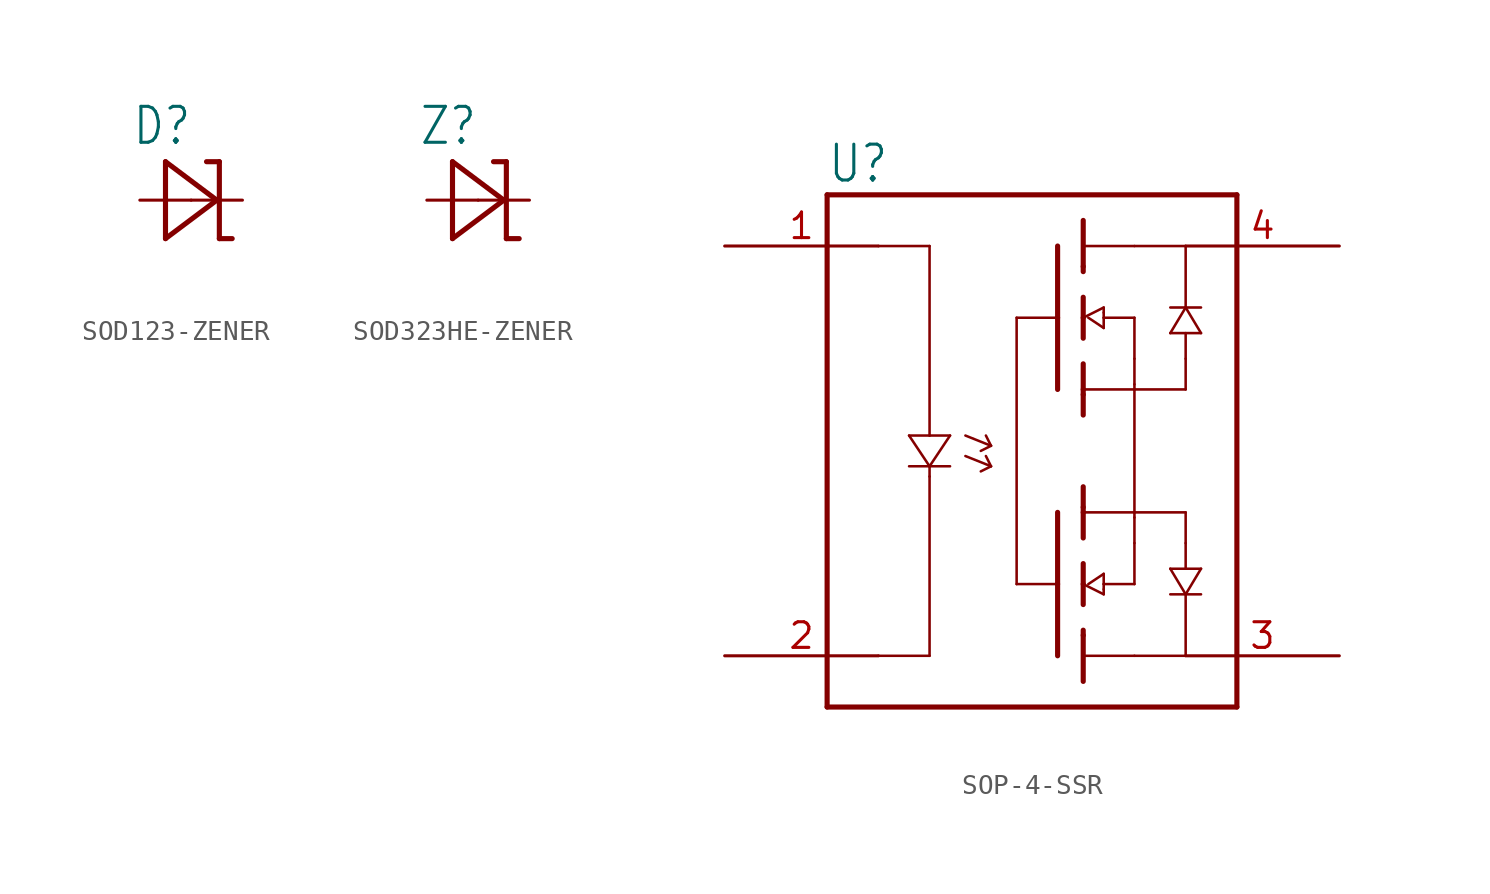
<source format=kicad_sym>
(kicad_symbol_lib
  (version 20231120)
  (generator "kicad_symbol_editor")
  (generator_version "8.0")
  (symbol "SOD123-ZENER"
    (property "Reference" "D"
      (at -2.946 2.642 0)
      (effects (font (size 1.778 1.511)) (justify left bottom)))
    (property "Value" ""
      (at -4.47 -4.496 0)
      (effects (font (size 1.778 1.511)) (justify left bottom)))
    (property "ki_locked" ""
      (at 0 0 0)
      (effects (font (size 1.27 1.27))))
    (symbol "SOD123-ZENER_1_0"
      (polyline (pts (xy -1.27 -1.905) (xy 1.27 0)) (stroke (width 0.254) (type solid)) (fill (type none)))
      (polyline (pts (xy -1.27 1.905) (xy -1.27 -1.905)) (stroke (width 0.254) (type solid)) (fill (type none)))
      (polyline (pts (xy 1.27 0) (xy -1.27 1.905)) (stroke (width 0.254) (type solid)) (fill (type none)))
      (polyline (pts (xy 1.397 -1.905) (xy 2.032 -1.905)) (stroke (width 0.254) (type solid)) (fill (type none)))
      (polyline (pts (xy 1.397 1.905) (xy 0.762 1.905)) (stroke (width 0.254) (type solid)) (fill (type none)))
      (polyline (pts (xy 1.397 1.905) (xy 1.397 -1.905)) (stroke (width 0.254) (type solid)) (fill (type none)))
      (pin passive line (at -2.54 0 0) (length 2.54) (name "A" (effects (font (size 0 0)))) (number "A" (effects (font (size 0 0)))))
      (pin passive line (at 2.54 0 180) (length 2.54) (name "C" (effects (font (size 0 0)))) (number "C" (effects (font (size 0 0)))))))
  (symbol "SOD323HE-ZENER"
    (property "Reference" "Z"
      (at -2.946 2.642 0)
      (effects (font (size 1.778 1.511)) (justify left bottom)))
    (property "Value" ""
      (at -4.47 -4.496 0)
      (effects (font (size 1.778 1.511)) (justify left bottom)))
    (property "ki_locked" ""
      (at 0 0 0)
      (effects (font (size 1.27 1.27))))
    (symbol "SOD323HE-ZENER_1_0"
      (polyline (pts (xy -1.27 -1.905) (xy 1.27 0)) (stroke (width 0.254) (type solid)) (fill (type none)))
      (polyline (pts (xy -1.27 1.905) (xy -1.27 -1.905)) (stroke (width 0.254) (type solid)) (fill (type none)))
      (polyline (pts (xy 1.27 0) (xy -1.27 1.905)) (stroke (width 0.254) (type solid)) (fill (type none)))
      (polyline (pts (xy 1.397 -1.905) (xy 2.032 -1.905)) (stroke (width 0.254) (type solid)) (fill (type none)))
      (polyline (pts (xy 1.397 1.905) (xy 0.762 1.905)) (stroke (width 0.254) (type solid)) (fill (type none)))
      (polyline (pts (xy 1.397 1.905) (xy 1.397 -1.905)) (stroke (width 0.254) (type solid)) (fill (type none)))
      (pin passive line (at 2.54 0 180) (length 2.54) (name "C" (effects (font (size 0 0)))) (number "1" (effects (font (size 0 0)))))
      (pin passive line (at -2.54 0 0) (length 2.54) (name "A" (effects (font (size 0 0)))) (number "2" (effects (font (size 0 0)))))))
  (symbol "SOP-4-SSR"
    (property "Reference" "U"
      (at -10.16 13.208 0)
      (effects (font (size 1.778 1.511)) (justify left bottom)))
    (property "Value" ""
      (at 1.016 13.208 0)
      (effects (font (size 1.778 1.511)) (justify left bottom)))
    (property "ki_locked" ""
      (at 0 0 0)
      (effects (font (size 1.27 1.27))))
    (symbol "SOP-4-SSR_1_0"
      (polyline (pts (xy -10.16 -12.7) (xy -10.16 10.16)) (stroke (width 0.254) (type solid)) (fill (type none)))
      (polyline (pts (xy -10.16 10.16) (xy -10.16 12.7)) (stroke (width 0.254) (type solid)) (fill (type none)))
      (polyline (pts (xy -10.16 12.7) (xy 10.16 12.7)) (stroke (width 0.254) (type solid)) (fill (type none)))
      (polyline (pts (xy -7.62 -10.16) (xy -5.08 -10.16)) (stroke (width 0.127) (type solid)) (fill (type none)))
      (polyline (pts (xy -7.62 10.16) (xy -5.08 10.16)) (stroke (width 0.127) (type solid)) (fill (type none)))
      (polyline (pts (xy -6.096 -0.762) (xy -5.08 -0.762)) (stroke (width 0.127) (type solid)) (fill (type none)))
      (polyline (pts (xy -6.096 0.762) (xy -5.08 0.762)) (stroke (width 0.127) (type solid)) (fill (type none)))
      (polyline (pts (xy -5.08 -10.16) (xy -5.08 -1.27)) (stroke (width 0.127) (type solid)) (fill (type none)))
      (polyline (pts (xy -5.08 -1.27) (xy -5.08 -0.762)) (stroke (width 0.127) (type solid)) (fill (type none)))
      (polyline (pts (xy -5.08 -0.762) (xy -6.096 0.762)) (stroke (width 0.127) (type solid)) (fill (type none)))
      (polyline (pts (xy -5.08 -0.762) (xy -4.064 -0.762)) (stroke (width 0.127) (type solid)) (fill (type none)))
      (polyline (pts (xy -5.08 0.762) (xy -4.064 0.762)) (stroke (width 0.127) (type solid)) (fill (type none)))
      (polyline (pts (xy -5.08 10.16) (xy -5.08 0.762)) (stroke (width 0.127) (type solid)) (fill (type none)))
      (polyline (pts (xy -4.064 0.762) (xy -5.08 -0.762)) (stroke (width 0.127) (type solid)) (fill (type none)))
      (polyline (pts (xy -2.032 -0.762) (xy -3.302 -0.254)) (stroke (width 0.127) (type solid)) (fill (type none)))
      (polyline (pts (xy -2.032 -0.762) (xy -2.54 -1.016)) (stroke (width 0.127) (type solid)) (fill (type none)))
      (polyline (pts (xy -2.032 -0.762) (xy -2.286 -0.254)) (stroke (width 0.127) (type solid)) (fill (type none)))
      (polyline (pts (xy -2.032 0.254) (xy -3.302 0.762)) (stroke (width 0.127) (type solid)) (fill (type none)))
      (polyline (pts (xy -2.032 0.254) (xy -2.54 0)) (stroke (width 0.127) (type solid)) (fill (type none)))
      (polyline (pts (xy -2.032 0.254) (xy -2.286 0.762)) (stroke (width 0.127) (type solid)) (fill (type none)))
      (polyline (pts (xy -0.762 -6.604) (xy 1.27 -6.604)) (stroke (width 0.127) (type solid)) (fill (type none)))
      (polyline (pts (xy -0.762 6.604) (xy -0.762 -6.604)) (stroke (width 0.127) (type solid)) (fill (type none)))
      (polyline (pts (xy 1.27 -10.16) (xy 1.27 -6.604)) (stroke (width 0.254) (type solid)) (fill (type none)))
      (polyline (pts (xy 1.27 -6.604) (xy 1.27 -3.048)) (stroke (width 0.254) (type solid)) (fill (type none)))
      (polyline (pts (xy 1.27 6.604) (xy -0.762 6.604)) (stroke (width 0.127) (type solid)) (fill (type none)))
      (polyline (pts (xy 1.27 6.604) (xy 1.27 3.048)) (stroke (width 0.254) (type solid)) (fill (type none)))
      (polyline (pts (xy 1.27 10.16) (xy 1.27 6.604)) (stroke (width 0.254) (type solid)) (fill (type none)))
      (polyline (pts (xy 2.54 -11.43) (xy 2.54 -9.144)) (stroke (width 0.254) (type solid)) (fill (type none)))
      (polyline (pts (xy 2.54 -9.144) (xy 2.54 -8.89)) (stroke (width 0.254) (type solid)) (fill (type none)))
      (polyline (pts (xy 2.54 -7.62) (xy 2.54 -6.604)) (stroke (width 0.254) (type solid)) (fill (type none)))
      (polyline (pts (xy 2.54 -6.604) (xy 2.54 -5.588)) (stroke (width 0.254) (type solid)) (fill (type none)))
      (polyline (pts (xy 2.54 -6.604) (xy 3.556 -7.112)) (stroke (width 0.127) (type solid)) (fill (type none)))
      (polyline (pts (xy 2.54 -4.318) (xy 2.54 -3.048)) (stroke (width 0.254) (type solid)) (fill (type none)))
      (polyline (pts (xy 2.54 -3.048) (xy 2.54 -2.794)) (stroke (width 0.254) (type solid)) (fill (type none)))
      (polyline (pts (xy 2.54 -2.794) (xy 2.54 -1.778)) (stroke (width 0.254) (type solid)) (fill (type none)))
      (polyline (pts (xy 2.54 2.794) (xy 2.54 1.778)) (stroke (width 0.254) (type solid)) (fill (type none)))
      (polyline (pts (xy 2.54 3.048) (xy 2.54 2.794)) (stroke (width 0.254) (type solid)) (fill (type none)))
      (polyline (pts (xy 2.54 4.318) (xy 2.54 3.048)) (stroke (width 0.254) (type solid)) (fill (type none)))
      (polyline (pts (xy 2.54 6.604) (xy 2.54 5.588)) (stroke (width 0.254) (type solid)) (fill (type none)))
      (polyline (pts (xy 2.54 6.604) (xy 3.556 7.112)) (stroke (width 0.127) (type solid)) (fill (type none)))
      (polyline (pts (xy 2.54 7.62) (xy 2.54 6.604)) (stroke (width 0.254) (type solid)) (fill (type none)))
      (polyline (pts (xy 2.54 9.144) (xy 2.54 8.89)) (stroke (width 0.254) (type solid)) (fill (type none)))
      (polyline (pts (xy 2.54 11.43) (xy 2.54 9.144)) (stroke (width 0.254) (type solid)) (fill (type none)))
      (polyline (pts (xy 2.794 -6.604) (xy 3.556 -6.096)) (stroke (width 0.127) (type solid)) (fill (type none)))
      (polyline (pts (xy 2.794 6.604) (xy 3.556 6.096)) (stroke (width 0.127) (type solid)) (fill (type none)))
      (polyline (pts (xy 3.556 -6.858) (xy 3.556 -7.112)) (stroke (width 0.127) (type solid)) (fill (type none)))
      (polyline (pts (xy 3.556 -6.604) (xy 3.556 -6.858)) (stroke (width 0.127) (type solid)) (fill (type none)))
      (polyline (pts (xy 3.556 -6.604) (xy 5.08 -6.604)) (stroke (width 0.127) (type solid)) (fill (type none)))
      (polyline (pts (xy 3.556 -6.096) (xy 3.556 -6.604)) (stroke (width 0.127) (type solid)) (fill (type none)))
      (polyline (pts (xy 3.556 6.096) (xy 3.556 6.604)) (stroke (width 0.127) (type solid)) (fill (type none)))
      (polyline (pts (xy 3.556 6.604) (xy 3.556 6.858)) (stroke (width 0.127) (type solid)) (fill (type none)))
      (polyline (pts (xy 3.556 6.604) (xy 5.08 6.604)) (stroke (width 0.127) (type solid)) (fill (type none)))
      (polyline (pts (xy 3.556 6.858) (xy 3.556 7.112)) (stroke (width 0.127) (type solid)) (fill (type none)))
      (polyline (pts (xy 5.08 -10.16) (xy 2.54 -10.16)) (stroke (width 0.127) (type solid)) (fill (type none)))
      (polyline (pts (xy 5.08 -6.604) (xy 5.08 -4.572)) (stroke (width 0.127) (type solid)) (fill (type none)))
      (polyline (pts (xy 5.08 -4.572) (xy 5.08 -3.302)) (stroke (width 0.127) (type solid)) (fill (type none)))
      (polyline (pts (xy 5.08 -3.302) (xy 5.08 -3.048)) (stroke (width 0.127) (type solid)) (fill (type none)))
      (polyline (pts (xy 5.08 -3.048) (xy 2.54 -3.048)) (stroke (width 0.127) (type solid)) (fill (type none)))
      (polyline (pts (xy 5.08 -3.048) (xy 5.08 3.048)) (stroke (width 0.127) (type solid)) (fill (type none)))
      (polyline (pts (xy 5.08 -3.048) (xy 7.62 -3.048)) (stroke (width 0.127) (type solid)) (fill (type none)))
      (polyline (pts (xy 5.08 3.048) (xy 2.54 3.048)) (stroke (width 0.127) (type solid)) (fill (type none)))
      (polyline (pts (xy 5.08 3.048) (xy 7.62 3.048)) (stroke (width 0.127) (type solid)) (fill (type none)))
      (polyline (pts (xy 5.08 3.302) (xy 5.08 3.048)) (stroke (width 0.127) (type solid)) (fill (type none)))
      (polyline (pts (xy 5.08 4.572) (xy 5.08 3.302)) (stroke (width 0.127) (type solid)) (fill (type none)))
      (polyline (pts (xy 5.08 6.604) (xy 5.08 4.572)) (stroke (width 0.127) (type solid)) (fill (type none)))
      (polyline (pts (xy 5.08 10.16) (xy 2.54 10.16)) (stroke (width 0.127) (type solid)) (fill (type none)))
      (polyline (pts (xy 6.858 -7.112) (xy 7.62 -7.112)) (stroke (width 0.127) (type solid)) (fill (type none)))
      (polyline (pts (xy 6.858 -5.842) (xy 8.382 -5.842)) (stroke (width 0.127) (type solid)) (fill (type none)))
      (polyline (pts (xy 6.858 5.842) (xy 8.382 5.842)) (stroke (width 0.127) (type solid)) (fill (type none)))
      (polyline (pts (xy 6.858 7.112) (xy 7.62 7.112)) (stroke (width 0.127) (type solid)) (fill (type none)))
      (polyline (pts (xy 7.62 -10.16) (xy 5.08 -10.16)) (stroke (width 0.127) (type solid)) (fill (type none)))
      (polyline (pts (xy 7.62 -7.112) (xy 6.858 -5.842)) (stroke (width 0.127) (type solid)) (fill (type none)))
      (polyline (pts (xy 7.62 -7.112) (xy 7.62 -10.16)) (stroke (width 0.127) (type solid)) (fill (type none)))
      (polyline (pts (xy 7.62 -7.112) (xy 8.382 -7.112)) (stroke (width 0.127) (type solid)) (fill (type none)))
      (polyline (pts (xy 7.62 -4.572) (xy 7.62 -5.842)) (stroke (width 0.127) (type solid)) (fill (type none)))
      (polyline (pts (xy 7.62 -3.048) (xy 7.62 -4.572)) (stroke (width 0.127) (type solid)) (fill (type none)))
      (polyline (pts (xy 7.62 3.048) (xy 7.62 4.572)) (stroke (width 0.127) (type solid)) (fill (type none)))
      (polyline (pts (xy 7.62 4.572) (xy 7.62 5.842)) (stroke (width 0.127) (type solid)) (fill (type none)))
      (polyline (pts (xy 7.62 7.112) (xy 6.858 5.842)) (stroke (width 0.127) (type solid)) (fill (type none)))
      (polyline (pts (xy 7.62 7.112) (xy 7.62 10.16)) (stroke (width 0.127) (type solid)) (fill (type none)))
      (polyline (pts (xy 7.62 7.112) (xy 8.382 7.112)) (stroke (width 0.127) (type solid)) (fill (type none)))
      (polyline (pts (xy 7.62 10.16) (xy 5.08 10.16)) (stroke (width 0.127) (type solid)) (fill (type none)))
      (polyline (pts (xy 8.382 -5.842) (xy 7.62 -7.112)) (stroke (width 0.127) (type solid)) (fill (type none)))
      (polyline (pts (xy 8.382 5.842) (xy 7.62 7.112)) (stroke (width 0.127) (type solid)) (fill (type none)))
      (polyline (pts (xy 10.16 -12.7) (xy -10.16 -12.7)) (stroke (width 0.254) (type solid)) (fill (type none)))
      (polyline (pts (xy 10.16 12.7) (xy 10.16 -12.7)) (stroke (width 0.254) (type solid)) (fill (type none)))
      (pin passive line (at -15.24 10.16 0) (length 7.62) (name "A" (effects (font (size 0 0)))) (number "1" (effects (font (size 1.27 1.27)))))
      (pin passive line (at -15.24 -10.16 0) (length 7.62) (name "K" (effects (font (size 0 0)))) (number "2" (effects (font (size 1.27 1.27)))))
      (pin passive line (at 15.24 -10.16 180) (length 7.62) (name "1" (effects (font (size 0 0)))) (number "3" (effects (font (size 1.27 1.27)))))
      (pin passive line (at 15.24 10.16 180) (length 7.62) (name "2" (effects (font (size 0 0)))) (number "4" (effects (font (size 1.27 1.27))))))))
</source>
